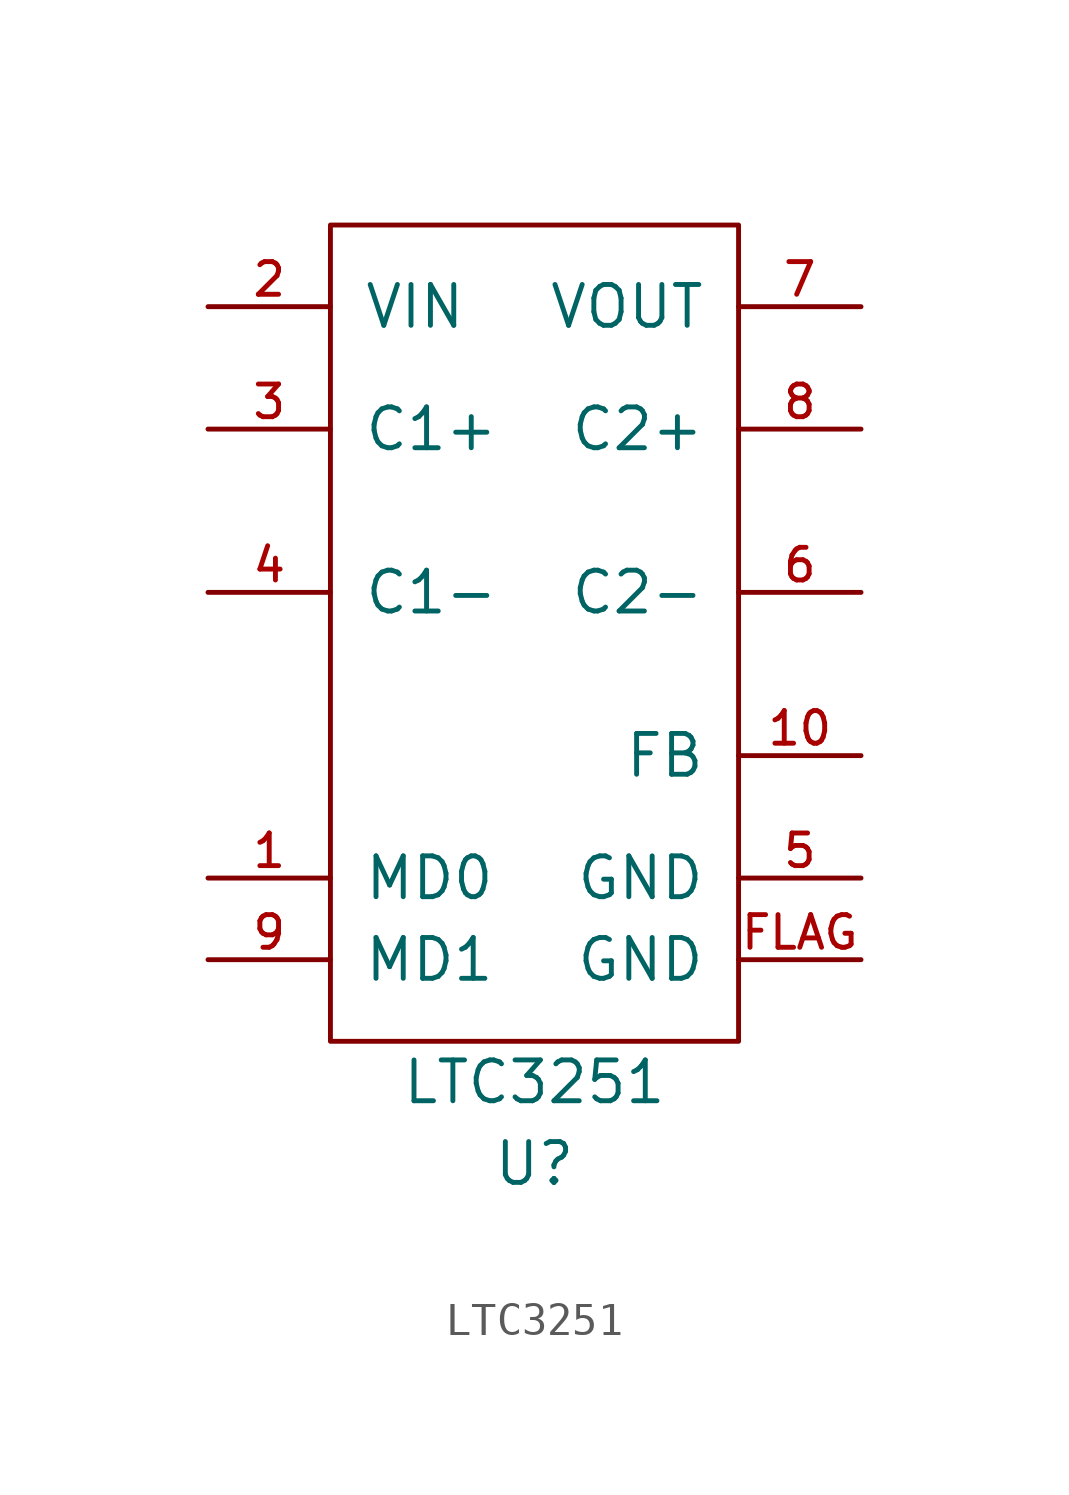
<source format=kicad_sym>
(kicad_symbol_lib
  (version 20211014)
  (generator kicad_symbol_editor)
  (symbol "LTC3251"
    (pin_names
      (offset 1.016))
    (property "Reference" "U"
      (at 0 -16.51 0)
      (effects (font (size 1.27 1.27))))
    (property "Value" "LTC3251"
      (at 0 -13.97 0)
      (effects (font (size 1.27 1.27))))
    (symbol "LTC3251_0_1"
      (rectangle (start -6.35 12.7) (end 6.35 -12.7) (stroke (width 0) (type default) (color 0 0 0 0)) (fill (type none))))
    (symbol "LTC3251_1_1"
      (pin input line (at -10.16 -7.62 0) (length 3.81) (name "MD0" (effects (font (size 1.27 1.27)))) (number "1" (effects (font (size 1.016 1.016)))))
      (pin input line (at 10.16 -3.81 180) (length 3.81) (name "FB" (effects (font (size 1.27 1.27)))) (number "10" (effects (font (size 1.016 1.016)))))
      (pin power_in line (at -10.16 10.16 0) (length 3.81) (name "VIN" (effects (font (size 1.27 1.27)))) (number "2" (effects (font (size 1.016 1.016)))))
      (pin passive line (at -10.16 6.35 0) (length 3.81) (name "C1+" (effects (font (size 1.27 1.27)))) (number "3" (effects (font (size 1.016 1.016)))))
      (pin passive line (at -10.16 1.27 0) (length 3.81) (name "C1-" (effects (font (size 1.27 1.27)))) (number "4" (effects (font (size 1.016 1.016)))))
      (pin power_in line (at 10.16 -7.62 180) (length 3.81) (name "GND" (effects (font (size 1.27 1.27)))) (number "5" (effects (font (size 1.016 1.016)))))
      (pin passive line (at 10.16 1.27 180) (length 3.81) (name "C2-" (effects (font (size 1.27 1.27)))) (number "6" (effects (font (size 1.016 1.016)))))
      (pin power_out line (at 10.16 10.16 180) (length 3.81) (name "VOUT" (effects (font (size 1.27 1.27)))) (number "7" (effects (font (size 1.016 1.016)))))
      (pin passive line (at 10.16 6.35 180) (length 3.81) (name "C2+" (effects (font (size 1.27 1.27)))) (number "8" (effects (font (size 1.016 1.016)))))
      (pin input line (at -10.16 -10.16 0) (length 3.81) (name "MD1" (effects (font (size 1.27 1.27)))) (number "9" (effects (font (size 1.016 1.016)))))
      (pin power_in line (at 10.16 -10.16 180) (length 3.81) (name "GND" (effects (font (size 1.27 1.27)))) (number "FLAG" (effects (font (size 1.016 1.016))))))))
</source>
